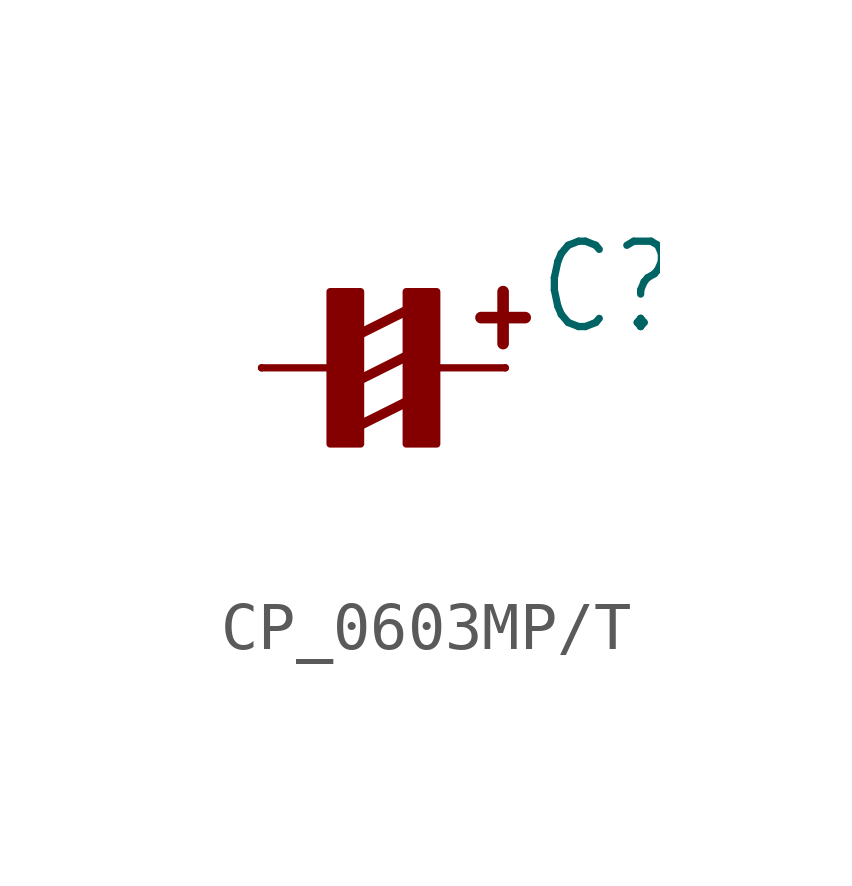
<source format=kicad_sym>
(kicad_symbol_lib
  (version 20231120)
  (generator "kicad_symbol_editor")
  (generator_version "8.0")
  (symbol "CP_0603MP/T"
    (property "Reference" "C"
      (at 3.175 0.635 0)
      (effects (font (size 1.778 1.511)) (justify left bottom)))
    (property "Value" ""
      (at -3.175 -3.81 0)
      (effects (font (size 1.778 1.511)) (justify left bottom)))
    (property "ki_locked" ""
      (at 0 0 0)
      (effects (font (size 1.27 1.27))))
    (symbol "CP_0603MP/T_1_0"
      (rectangle (start -1.111 -1.587) (end -0.476 1.587) (stroke (width 0) (type default)) (fill (type outline)))
      (polyline (pts (xy -0.857 0) (xy -2.54 0)) (stroke (width 0.152) (type solid)) (fill (type none)))
      (polyline (pts (xy -0.635 -1.27) (xy 0.635 -0.635)) (stroke (width 0.203) (type solid)) (fill (type none)))
      (polyline (pts (xy -0.635 -0.318) (xy 0.635 0.318)) (stroke (width 0.203) (type solid)) (fill (type none)))
      (polyline (pts (xy -0.635 0.635) (xy 0.635 1.27)) (stroke (width 0.203) (type solid)) (fill (type none)))
      (polyline (pts (xy 0.794 0) (xy 2.54 0)) (stroke (width 0.152) (type solid)) (fill (type none)))
      (rectangle (start 0.476 -1.587) (end 1.111 1.587) (stroke (width 0) (type default)) (fill (type outline)))
      (text "+" (at 1.587 0.318 0) (effects (font (size 1.422 1.209) (thickness 0.242) (bold yes)) (justify left bottom)))
      (pin passive line (at 2.54 0 180) (length 0) (name "+" (effects (font (size 0 0)))) (number "+" (effects (font (size 0 0)))))
      (pin passive line (at -2.54 0 0) (length 0) (name "-" (effects (font (size 0 0)))) (number "-" (effects (font (size 0 0))))))))
</source>
